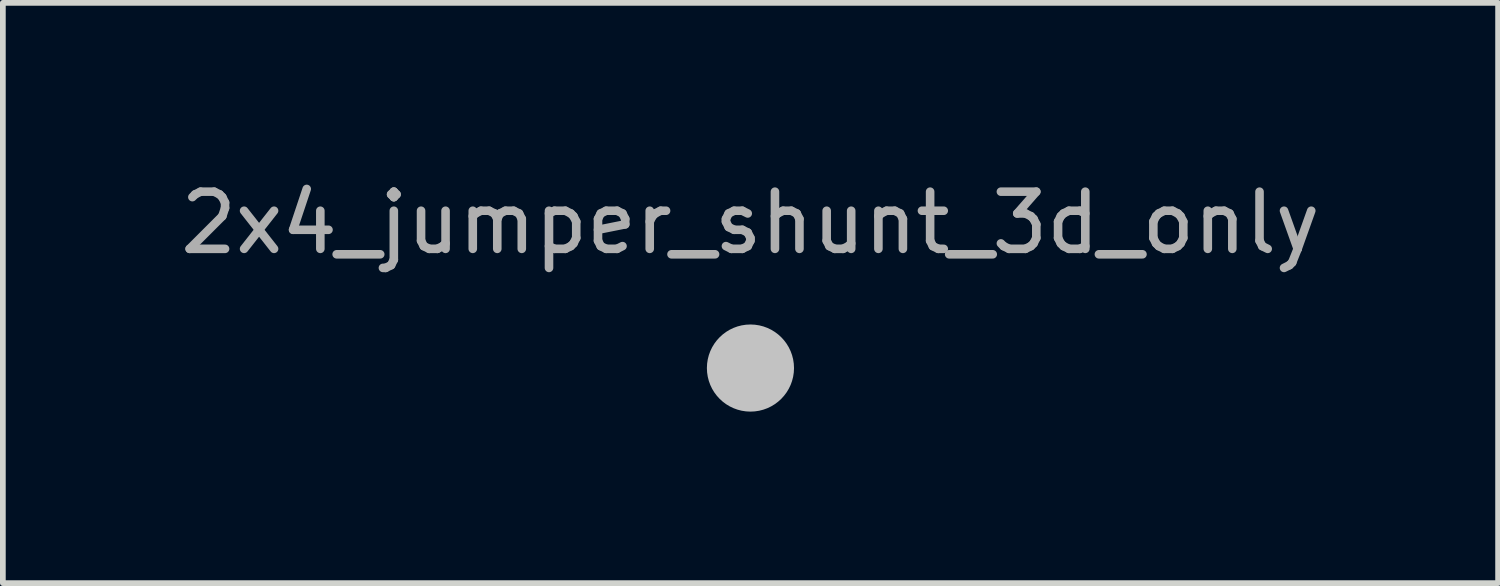
<source format=kicad_pcb>
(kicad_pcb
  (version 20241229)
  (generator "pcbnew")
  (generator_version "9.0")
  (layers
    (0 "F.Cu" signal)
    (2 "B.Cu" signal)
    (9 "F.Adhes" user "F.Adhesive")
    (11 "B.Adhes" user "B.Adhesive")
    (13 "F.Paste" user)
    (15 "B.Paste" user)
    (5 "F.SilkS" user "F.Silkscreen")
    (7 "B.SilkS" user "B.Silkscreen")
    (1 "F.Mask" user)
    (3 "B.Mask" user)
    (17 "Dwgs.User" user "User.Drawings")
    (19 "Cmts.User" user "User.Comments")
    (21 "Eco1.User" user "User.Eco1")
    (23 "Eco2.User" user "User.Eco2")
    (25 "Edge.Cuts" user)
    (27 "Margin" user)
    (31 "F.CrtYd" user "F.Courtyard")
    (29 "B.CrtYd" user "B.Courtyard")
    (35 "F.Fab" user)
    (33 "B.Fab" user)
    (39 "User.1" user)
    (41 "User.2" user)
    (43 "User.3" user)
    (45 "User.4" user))
  (footprint "2x4_jumper_shunt_3d_only"
    (layer "F.Cu")
    (at 10.077 3.388)
    (property "Reference" "2x4_jumper_shunt_3d_only" (at 0 -2.54 0) (layer "F.Fab") (effects (font (size 1 1) (thickness 0.15))))
    (attr through_hole)
    (pad "" smd circle (at 0 0) (size 1.524 1.524) (layers "Dwgs.User")))
  (gr_rect
    (start -3 -3)
    (end 23.155 7.15)
    (stroke (width 0.1) (type default))
    (fill no)
    (layer "Edge.Cuts")))
</source>
